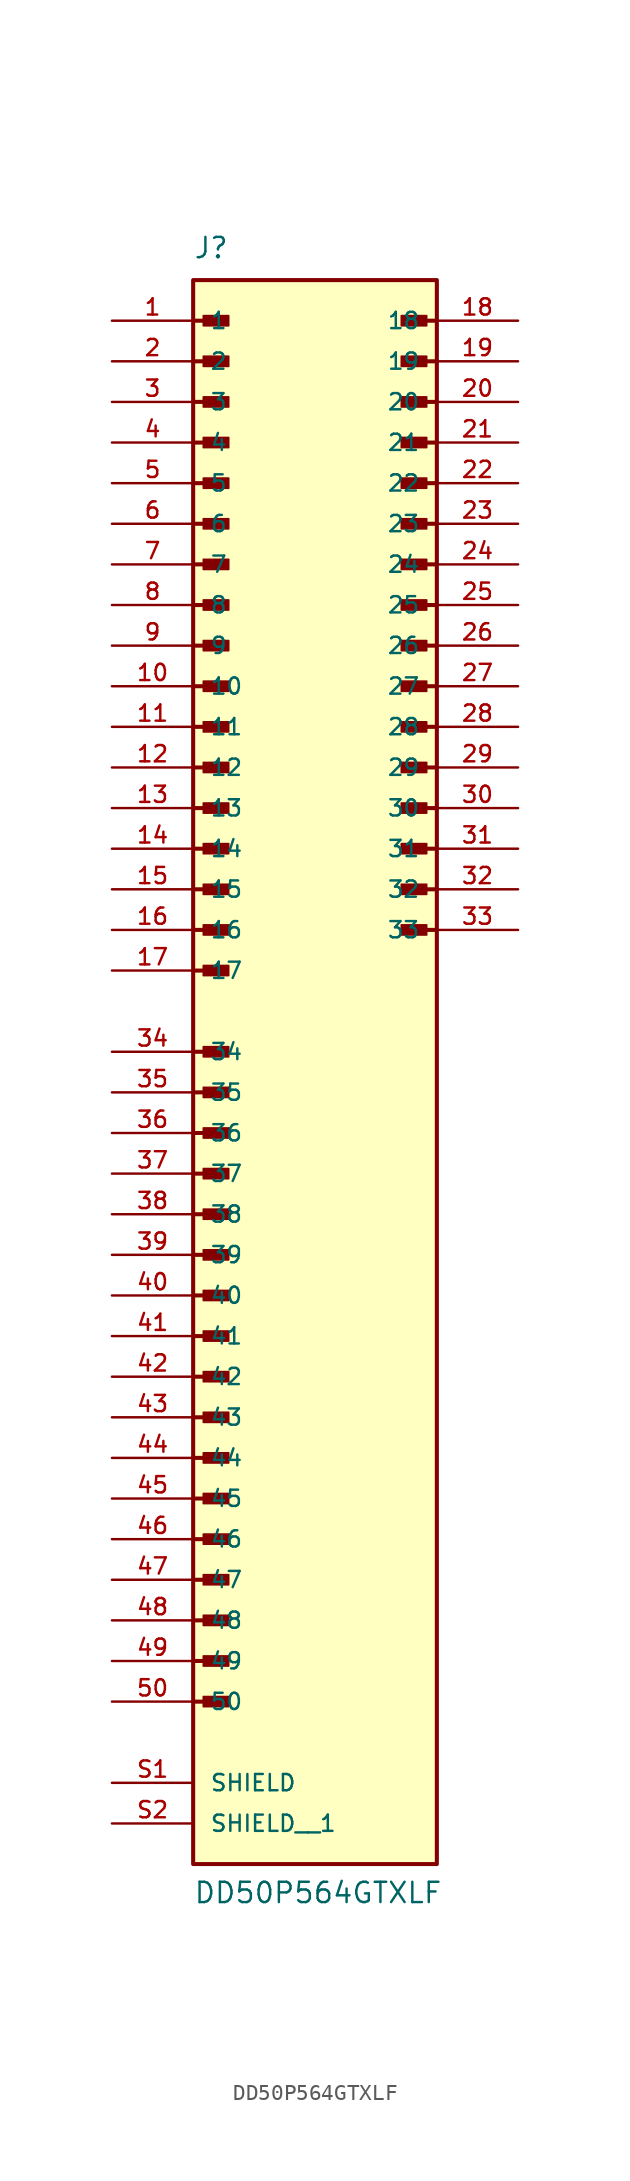
<source format=kicad_sym>
(kicad_symbol_lib
  (version 20211014)
  (generator kicad_symbol_editor)
  (symbol "DD50P564GTXLF"
    (pin_names
      (offset 1.016))
    (property "Reference" "J"
      (at -7.62 49.53 0)
      (effects (font (size 1.27 1.27)) (justify bottom left)))
    (property "Value" "DD50P564GTXLF"
      (at -7.62 -53.34 0)
      (effects (font (size 1.27 1.27)) (justify bottom left)))
    (symbol "DD50P564GTXLF_0_0"
      (polyline (pts (xy -7.62 45.72) (xy -5.715 45.72)) (stroke (width 0.254)))
      (rectangle (start -6.985 45.403) (end -5.397 46.038) (stroke (width 0.1)) (fill (type outline)))
      (polyline (pts (xy -7.62 43.18) (xy -5.715 43.18)) (stroke (width 0.254)))
      (rectangle (start -6.985 42.862) (end -5.397 43.498) (stroke (width 0.1)) (fill (type outline)))
      (polyline (pts (xy -7.62 40.64) (xy -5.715 40.64)) (stroke (width 0.254)))
      (rectangle (start -6.985 40.322) (end -5.397 40.958) (stroke (width 0.1)) (fill (type outline)))
      (polyline (pts (xy -7.62 38.1) (xy -5.715 38.1)) (stroke (width 0.254)))
      (rectangle (start -6.985 37.782) (end -5.397 38.417) (stroke (width 0.1)) (fill (type outline)))
      (polyline (pts (xy -7.62 35.56) (xy -5.715 35.56)) (stroke (width 0.254)))
      (rectangle (start -6.985 35.242) (end -5.397 35.877) (stroke (width 0.1)) (fill (type outline)))
      (polyline (pts (xy -7.62 33.02) (xy -5.715 33.02)) (stroke (width 0.254)))
      (rectangle (start -6.985 32.703) (end -5.397 33.337) (stroke (width 0.1)) (fill (type outline)))
      (polyline (pts (xy -7.62 30.48) (xy -5.715 30.48)) (stroke (width 0.254)))
      (rectangle (start -6.985 30.163) (end -5.397 30.797) (stroke (width 0.1)) (fill (type outline)))
      (polyline (pts (xy -7.62 27.94) (xy -5.715 27.94)) (stroke (width 0.254)))
      (rectangle (start -6.985 27.622) (end -5.397 28.258) (stroke (width 0.1)) (fill (type outline)))
      (polyline (pts (xy -7.62 25.4) (xy -5.715 25.4)) (stroke (width 0.254)))
      (rectangle (start -6.985 25.082) (end -5.397 25.718) (stroke (width 0.1)) (fill (type outline)))
      (polyline (pts (xy -7.62 22.86) (xy -5.715 22.86)) (stroke (width 0.254)))
      (rectangle (start -6.985 22.543) (end -5.397 23.177) (stroke (width 0.1)) (fill (type outline)))
      (polyline (pts (xy 7.62 22.86) (xy 5.715 22.86)) (stroke (width 0.254)))
      (rectangle (start 5.397 22.543) (end 6.985 23.177) (stroke (width 0.1)) (fill (type outline)))
      (polyline (pts (xy 7.62 25.4) (xy 5.715 25.4)) (stroke (width 0.254)))
      (rectangle (start 5.397 25.082) (end 6.985 25.718) (stroke (width 0.1)) (fill (type outline)))
      (polyline (pts (xy 7.62 27.94) (xy 5.715 27.94)) (stroke (width 0.254)))
      (rectangle (start 5.397 27.622) (end 6.985 28.258) (stroke (width 0.1)) (fill (type outline)))
      (polyline (pts (xy 7.62 30.48) (xy 5.715 30.48)) (stroke (width 0.254)))
      (rectangle (start 5.397 30.163) (end 6.985 30.797) (stroke (width 0.1)) (fill (type outline)))
      (polyline (pts (xy 7.62 33.02) (xy 5.715 33.02)) (stroke (width 0.254)))
      (rectangle (start 5.397 32.703) (end 6.985 33.337) (stroke (width 0.1)) (fill (type outline)))
      (polyline (pts (xy 7.62 35.56) (xy 5.715 35.56)) (stroke (width 0.254)))
      (rectangle (start 5.397 35.242) (end 6.985 35.877) (stroke (width 0.1)) (fill (type outline)))
      (polyline (pts (xy 7.62 38.1) (xy 5.715 38.1)) (stroke (width 0.254)))
      (rectangle (start 5.397 37.782) (end 6.985 38.417) (stroke (width 0.1)) (fill (type outline)))
      (polyline (pts (xy 7.62 40.64) (xy 5.715 40.64)) (stroke (width 0.254)))
      (rectangle (start 5.397 40.322) (end 6.985 40.958) (stroke (width 0.1)) (fill (type outline)))
      (polyline (pts (xy 7.62 43.18) (xy 5.715 43.18)) (stroke (width 0.254)))
      (rectangle (start 5.397 42.862) (end 6.985 43.498) (stroke (width 0.1)) (fill (type outline)))
      (polyline (pts (xy 7.62 45.72) (xy 5.715 45.72)) (stroke (width 0.254)))
      (rectangle (start 5.397 45.403) (end 6.985 46.038) (stroke (width 0.1)) (fill (type outline)))
      (polyline (pts (xy -7.62 20.32) (xy -5.715 20.32)) (stroke (width 0.254)))
      (rectangle (start -6.985 20.003) (end -5.397 20.637) (stroke (width 0.1)) (fill (type outline)))
      (polyline (pts (xy -7.62 17.78) (xy -5.715 17.78)) (stroke (width 0.254)))
      (rectangle (start -6.985 17.462) (end -5.397 18.098) (stroke (width 0.1)) (fill (type outline)))
      (polyline (pts (xy -7.62 15.24) (xy -5.715 15.24)) (stroke (width 0.254)))
      (rectangle (start -6.985 14.922) (end -5.397 15.557) (stroke (width 0.1)) (fill (type outline)))
      (polyline (pts (xy -7.62 12.7) (xy -5.715 12.7)) (stroke (width 0.254)))
      (rectangle (start -6.985 12.383) (end -5.397 13.018) (stroke (width 0.1)) (fill (type outline)))
      (polyline (pts (xy -7.62 10.16) (xy -5.715 10.16)) (stroke (width 0.254)))
      (rectangle (start -6.985 9.842) (end -5.397 10.477) (stroke (width 0.1)) (fill (type outline)))
      (polyline (pts (xy -7.62 7.62) (xy -5.715 7.62)) (stroke (width 0.254)))
      (rectangle (start -6.985 7.303) (end -5.397 7.938) (stroke (width 0.1)) (fill (type outline)))
      (polyline (pts (xy -7.62 5.08) (xy -5.715 5.08)) (stroke (width 0.254)))
      (rectangle (start -6.985 4.763) (end -5.397 5.397) (stroke (width 0.1)) (fill (type outline)))
      (polyline (pts (xy 7.62 7.62) (xy 5.715 7.62)) (stroke (width 0.254)))
      (rectangle (start 5.397 7.303) (end 6.985 7.938) (stroke (width 0.1)) (fill (type outline)))
      (polyline (pts (xy 7.62 10.16) (xy 5.715 10.16)) (stroke (width 0.254)))
      (rectangle (start 5.397 9.842) (end 6.985 10.477) (stroke (width 0.1)) (fill (type outline)))
      (polyline (pts (xy 7.62 12.7) (xy 5.715 12.7)) (stroke (width 0.254)))
      (rectangle (start 5.397 12.383) (end 6.985 13.018) (stroke (width 0.1)) (fill (type outline)))
      (polyline (pts (xy 7.62 15.24) (xy 5.715 15.24)) (stroke (width 0.254)))
      (rectangle (start 5.397 14.922) (end 6.985 15.557) (stroke (width 0.1)) (fill (type outline)))
      (polyline (pts (xy 7.62 17.78) (xy 5.715 17.78)) (stroke (width 0.254)))
      (rectangle (start 5.397 17.462) (end 6.985 18.098) (stroke (width 0.1)) (fill (type outline)))
      (polyline (pts (xy 7.62 20.32) (xy 5.715 20.32)) (stroke (width 0.254)))
      (rectangle (start 5.397 20.003) (end 6.985 20.637) (stroke (width 0.1)) (fill (type outline)))
      (polyline (pts (xy -7.62 0.0) (xy -5.715 0.0)) (stroke (width 0.254)))
      (rectangle (start -6.985 -0.318) (end -5.397 0.318) (stroke (width 0.1)) (fill (type outline)))
      (polyline (pts (xy -7.62 -2.54) (xy -5.715 -2.54)) (stroke (width 0.254)))
      (rectangle (start -6.985 -2.857) (end -5.397 -2.223) (stroke (width 0.1)) (fill (type outline)))
      (polyline (pts (xy -7.62 -5.08) (xy -5.715 -5.08)) (stroke (width 0.254)))
      (rectangle (start -6.985 -5.397) (end -5.397 -4.763) (stroke (width 0.1)) (fill (type outline)))
      (polyline (pts (xy -7.62 -7.62) (xy -5.715 -7.62)) (stroke (width 0.254)))
      (rectangle (start -6.985 -7.938) (end -5.397 -7.303) (stroke (width 0.1)) (fill (type outline)))
      (polyline (pts (xy -7.62 -10.16) (xy -5.715 -10.16)) (stroke (width 0.254)))
      (rectangle (start -6.985 -10.477) (end -5.397 -9.842) (stroke (width 0.1)) (fill (type outline)))
      (polyline (pts (xy -7.62 -12.7) (xy -5.715 -12.7)) (stroke (width 0.254)))
      (rectangle (start -6.985 -13.018) (end -5.397 -12.383) (stroke (width 0.1)) (fill (type outline)))
      (polyline (pts (xy -7.62 -15.24) (xy -5.715 -15.24)) (stroke (width 0.254)))
      (rectangle (start -6.985 -15.557) (end -5.397 -14.922) (stroke (width 0.1)) (fill (type outline)))
      (polyline (pts (xy -7.62 -17.78) (xy -5.715 -17.78)) (stroke (width 0.254)))
      (rectangle (start -6.985 -18.098) (end -5.397 -17.462) (stroke (width 0.1)) (fill (type outline)))
      (polyline (pts (xy -7.62 -20.32) (xy -5.715 -20.32)) (stroke (width 0.254)))
      (rectangle (start -6.985 -20.637) (end -5.397 -20.003) (stroke (width 0.1)) (fill (type outline)))
      (polyline (pts (xy -7.62 -22.86) (xy -5.715 -22.86)) (stroke (width 0.254)))
      (rectangle (start -6.985 -23.177) (end -5.397 -22.543) (stroke (width 0.1)) (fill (type outline)))
      (polyline (pts (xy -7.62 -25.4) (xy -5.715 -25.4)) (stroke (width 0.254)))
      (rectangle (start -6.985 -25.718) (end -5.397 -25.082) (stroke (width 0.1)) (fill (type outline)))
      (polyline (pts (xy -7.62 -27.94) (xy -5.715 -27.94)) (stroke (width 0.254)))
      (rectangle (start -6.985 -28.258) (end -5.397 -27.622) (stroke (width 0.1)) (fill (type outline)))
      (polyline (pts (xy -7.62 -30.48) (xy -5.715 -30.48)) (stroke (width 0.254)))
      (rectangle (start -6.985 -30.797) (end -5.397 -30.163) (stroke (width 0.1)) (fill (type outline)))
      (polyline (pts (xy -7.62 -33.02) (xy -5.715 -33.02)) (stroke (width 0.254)))
      (rectangle (start -6.985 -33.337) (end -5.397 -32.703) (stroke (width 0.1)) (fill (type outline)))
      (polyline (pts (xy -7.62 -35.56) (xy -5.715 -35.56)) (stroke (width 0.254)))
      (rectangle (start -6.985 -35.877) (end -5.397 -35.242) (stroke (width 0.1)) (fill (type outline)))
      (polyline (pts (xy -7.62 -38.1) (xy -5.715 -38.1)) (stroke (width 0.254)))
      (rectangle (start -6.985 -38.417) (end -5.397 -37.782) (stroke (width 0.1)) (fill (type outline)))
      (polyline (pts (xy -7.62 -40.64) (xy -5.715 -40.64)) (stroke (width 0.254)))
      (rectangle (start -6.985 -40.958) (end -5.397 -40.322) (stroke (width 0.1)) (fill (type outline)))
      (rectangle (start -7.62 -50.8) (end 7.62 48.26) (stroke (width 0.254)) (fill (type background)))
      (pin passive line (at -12.7 45.72 0) (length 5.08) (name "1" (effects (font (size 1.016 1.016)))) (number "1" (effects (font (size 1.016 1.016)))))
      (pin passive line (at -12.7 43.18 0) (length 5.08) (name "2" (effects (font (size 1.016 1.016)))) (number "2" (effects (font (size 1.016 1.016)))))
      (pin passive line (at -12.7 40.64 0) (length 5.08) (name "3" (effects (font (size 1.016 1.016)))) (number "3" (effects (font (size 1.016 1.016)))))
      (pin passive line (at -12.7 38.1 0) (length 5.08) (name "4" (effects (font (size 1.016 1.016)))) (number "4" (effects (font (size 1.016 1.016)))))
      (pin passive line (at -12.7 35.56 0) (length 5.08) (name "5" (effects (font (size 1.016 1.016)))) (number "5" (effects (font (size 1.016 1.016)))))
      (pin passive line (at -12.7 33.02 0) (length 5.08) (name "6" (effects (font (size 1.016 1.016)))) (number "6" (effects (font (size 1.016 1.016)))))
      (pin passive line (at -12.7 30.48 0) (length 5.08) (name "7" (effects (font (size 1.016 1.016)))) (number "7" (effects (font (size 1.016 1.016)))))
      (pin passive line (at -12.7 27.94 0) (length 5.08) (name "8" (effects (font (size 1.016 1.016)))) (number "8" (effects (font (size 1.016 1.016)))))
      (pin passive line (at -12.7 25.4 0) (length 5.08) (name "9" (effects (font (size 1.016 1.016)))) (number "9" (effects (font (size 1.016 1.016)))))
      (pin passive line (at -12.7 22.86 0) (length 5.08) (name "10" (effects (font (size 1.016 1.016)))) (number "10" (effects (font (size 1.016 1.016)))))
      (pin passive line (at -12.7 20.32 0) (length 5.08) (name "11" (effects (font (size 1.016 1.016)))) (number "11" (effects (font (size 1.016 1.016)))))
      (pin passive line (at -12.7 17.78 0) (length 5.08) (name "12" (effects (font (size 1.016 1.016)))) (number "12" (effects (font (size 1.016 1.016)))))
      (pin passive line (at -12.7 15.24 0) (length 5.08) (name "13" (effects (font (size 1.016 1.016)))) (number "13" (effects (font (size 1.016 1.016)))))
      (pin passive line (at -12.7 12.7 0) (length 5.08) (name "14" (effects (font (size 1.016 1.016)))) (number "14" (effects (font (size 1.016 1.016)))))
      (pin passive line (at -12.7 10.16 0) (length 5.08) (name "15" (effects (font (size 1.016 1.016)))) (number "15" (effects (font (size 1.016 1.016)))))
      (pin passive line (at -12.7 7.62 0) (length 5.08) (name "16" (effects (font (size 1.016 1.016)))) (number "16" (effects (font (size 1.016 1.016)))))
      (pin passive line (at -12.7 5.08 0) (length 5.08) (name "17" (effects (font (size 1.016 1.016)))) (number "17" (effects (font (size 1.016 1.016)))))
      (pin passive line (at 12.7 45.72 180.0) (length 5.08) (name "18" (effects (font (size 1.016 1.016)))) (number "18" (effects (font (size 1.016 1.016)))))
      (pin passive line (at 12.7 43.18 180.0) (length 5.08) (name "19" (effects (font (size 1.016 1.016)))) (number "19" (effects (font (size 1.016 1.016)))))
      (pin passive line (at 12.7 40.64 180.0) (length 5.08) (name "20" (effects (font (size 1.016 1.016)))) (number "20" (effects (font (size 1.016 1.016)))))
      (pin passive line (at 12.7 38.1 180.0) (length 5.08) (name "21" (effects (font (size 1.016 1.016)))) (number "21" (effects (font (size 1.016 1.016)))))
      (pin passive line (at 12.7 35.56 180.0) (length 5.08) (name "22" (effects (font (size 1.016 1.016)))) (number "22" (effects (font (size 1.016 1.016)))))
      (pin passive line (at 12.7 33.02 180.0) (length 5.08) (name "23" (effects (font (size 1.016 1.016)))) (number "23" (effects (font (size 1.016 1.016)))))
      (pin passive line (at 12.7 30.48 180.0) (length 5.08) (name "24" (effects (font (size 1.016 1.016)))) (number "24" (effects (font (size 1.016 1.016)))))
      (pin passive line (at 12.7 27.94 180.0) (length 5.08) (name "25" (effects (font (size 1.016 1.016)))) (number "25" (effects (font (size 1.016 1.016)))))
      (pin passive line (at 12.7 25.4 180.0) (length 5.08) (name "26" (effects (font (size 1.016 1.016)))) (number "26" (effects (font (size 1.016 1.016)))))
      (pin passive line (at 12.7 22.86 180.0) (length 5.08) (name "27" (effects (font (size 1.016 1.016)))) (number "27" (effects (font (size 1.016 1.016)))))
      (pin passive line (at 12.7 20.32 180.0) (length 5.08) (name "28" (effects (font (size 1.016 1.016)))) (number "28" (effects (font (size 1.016 1.016)))))
      (pin passive line (at 12.7 17.78 180.0) (length 5.08) (name "29" (effects (font (size 1.016 1.016)))) (number "29" (effects (font (size 1.016 1.016)))))
      (pin passive line (at 12.7 15.24 180.0) (length 5.08) (name "30" (effects (font (size 1.016 1.016)))) (number "30" (effects (font (size 1.016 1.016)))))
      (pin passive line (at 12.7 12.7 180.0) (length 5.08) (name "31" (effects (font (size 1.016 1.016)))) (number "31" (effects (font (size 1.016 1.016)))))
      (pin passive line (at 12.7 10.16 180.0) (length 5.08) (name "32" (effects (font (size 1.016 1.016)))) (number "32" (effects (font (size 1.016 1.016)))))
      (pin passive line (at 12.7 7.62 180.0) (length 5.08) (name "33" (effects (font (size 1.016 1.016)))) (number "33" (effects (font (size 1.016 1.016)))))
      (pin passive line (at -12.7 0.0 0) (length 5.08) (name "34" (effects (font (size 1.016 1.016)))) (number "34" (effects (font (size 1.016 1.016)))))
      (pin passive line (at -12.7 -2.54 0) (length 5.08) (name "35" (effects (font (size 1.016 1.016)))) (number "35" (effects (font (size 1.016 1.016)))))
      (pin passive line (at -12.7 -5.08 0) (length 5.08) (name "36" (effects (font (size 1.016 1.016)))) (number "36" (effects (font (size 1.016 1.016)))))
      (pin passive line (at -12.7 -7.62 0) (length 5.08) (name "37" (effects (font (size 1.016 1.016)))) (number "37" (effects (font (size 1.016 1.016)))))
      (pin passive line (at -12.7 -10.16 0) (length 5.08) (name "38" (effects (font (size 1.016 1.016)))) (number "38" (effects (font (size 1.016 1.016)))))
      (pin passive line (at -12.7 -12.7 0) (length 5.08) (name "39" (effects (font (size 1.016 1.016)))) (number "39" (effects (font (size 1.016 1.016)))))
      (pin passive line (at -12.7 -15.24 0) (length 5.08) (name "40" (effects (font (size 1.016 1.016)))) (number "40" (effects (font (size 1.016 1.016)))))
      (pin passive line (at -12.7 -17.78 0) (length 5.08) (name "41" (effects (font (size 1.016 1.016)))) (number "41" (effects (font (size 1.016 1.016)))))
      (pin passive line (at -12.7 -20.32 0) (length 5.08) (name "42" (effects (font (size 1.016 1.016)))) (number "42" (effects (font (size 1.016 1.016)))))
      (pin passive line (at -12.7 -22.86 0) (length 5.08) (name "43" (effects (font (size 1.016 1.016)))) (number "43" (effects (font (size 1.016 1.016)))))
      (pin passive line (at -12.7 -25.4 0) (length 5.08) (name "44" (effects (font (size 1.016 1.016)))) (number "44" (effects (font (size 1.016 1.016)))))
      (pin passive line (at -12.7 -27.94 0) (length 5.08) (name "45" (effects (font (size 1.016 1.016)))) (number "45" (effects (font (size 1.016 1.016)))))
      (pin passive line (at -12.7 -30.48 0) (length 5.08) (name "46" (effects (font (size 1.016 1.016)))) (number "46" (effects (font (size 1.016 1.016)))))
      (pin passive line (at -12.7 -33.02 0) (length 5.08) (name "47" (effects (font (size 1.016 1.016)))) (number "47" (effects (font (size 1.016 1.016)))))
      (pin passive line (at -12.7 -35.56 0) (length 5.08) (name "48" (effects (font (size 1.016 1.016)))) (number "48" (effects (font (size 1.016 1.016)))))
      (pin passive line (at -12.7 -38.1 0) (length 5.08) (name "49" (effects (font (size 1.016 1.016)))) (number "49" (effects (font (size 1.016 1.016)))))
      (pin passive line (at -12.7 -40.64 0) (length 5.08) (name "50" (effects (font (size 1.016 1.016)))) (number "50" (effects (font (size 1.016 1.016)))))
      (pin passive line (at -12.7 -45.72 0) (length 5.08) (name "SHIELD" (effects (font (size 1.016 1.016)))) (number "S1" (effects (font (size 1.016 1.016)))))
      (pin passive line (at -12.7 -48.26 0) (length 5.08) (name "SHIELD__1" (effects (font (size 1.016 1.016)))) (number "S2" (effects (font (size 1.016 1.016))))))))
</source>
